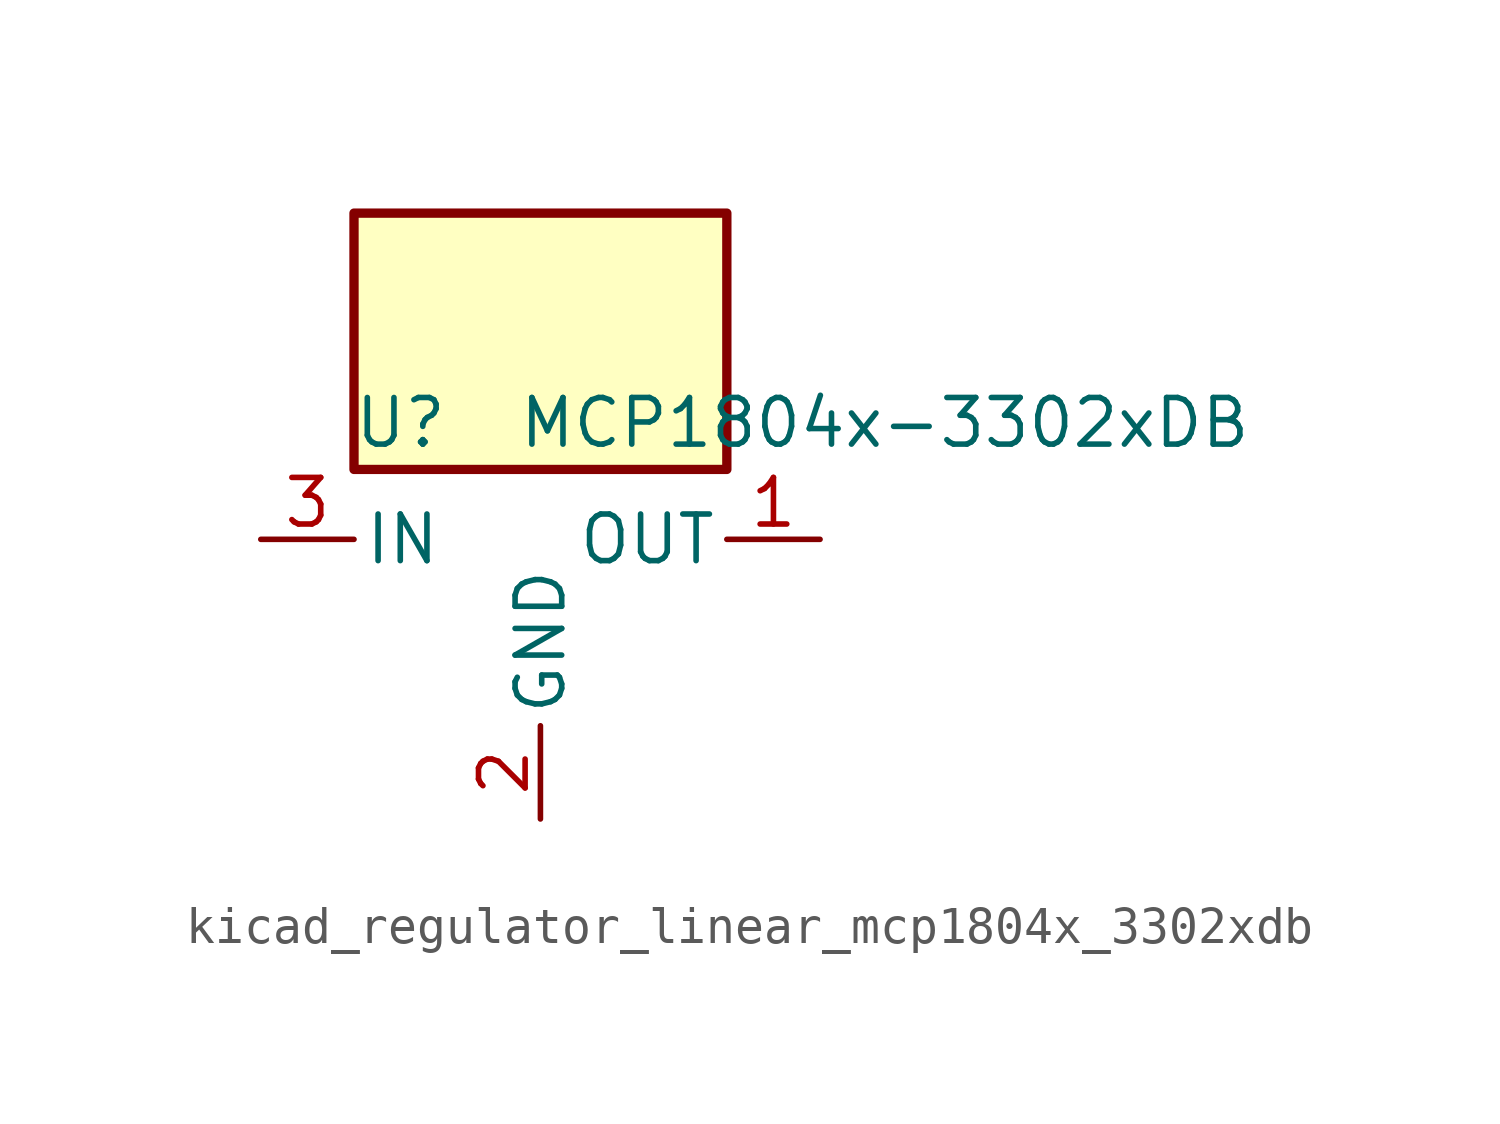
<source format=kicad_sym>
(kicad_symbol_lib
  (version 20220914)
  (generator kicad_symbol_editor)
  (symbol "kicad_regulator_linear_mcp1804x_3302xdb"
    (pin_names
      (offset 0.254))
    (property "Reference" "U"
      (at -3.81 3.175 0)
      (effects (font (size 1.27 1.27))))
    (property "Value" "MCP1804x-3302xDB"
      (at -0.635 3.175 0)
      (effects (font (size 1.27 1.27)) (justify left)))
    (symbol "kicad_regulator_linear_mcp1804x_3302xdb_0_1"
      (rectangle (start 5.08 8.89) (end -5.08 1.905) (stroke (width 0.254) (type default)) (fill (type background))))
    (symbol "kicad_regulator_linear_mcp1804x_3302xdb_1_1"
      (pin power_out line (at 7.62 0 180) (length 2.54) (name "OUT" (effects (font (size 1.27 1.27)))) (number "1" (effects (font (size 1.27 1.27)))))
      (pin power_in line (at 0 -7.62 90) (length 2.54) (name "GND" (effects (font (size 1.27 1.27)))) (number "2" (effects (font (size 1.27 1.27)))))
      (pin power_in line (at -7.62 0 0) (length 2.54) (name "IN" (effects (font (size 1.27 1.27)))) (number "3" (effects (font (size 1.27 1.27))))))))
</source>
